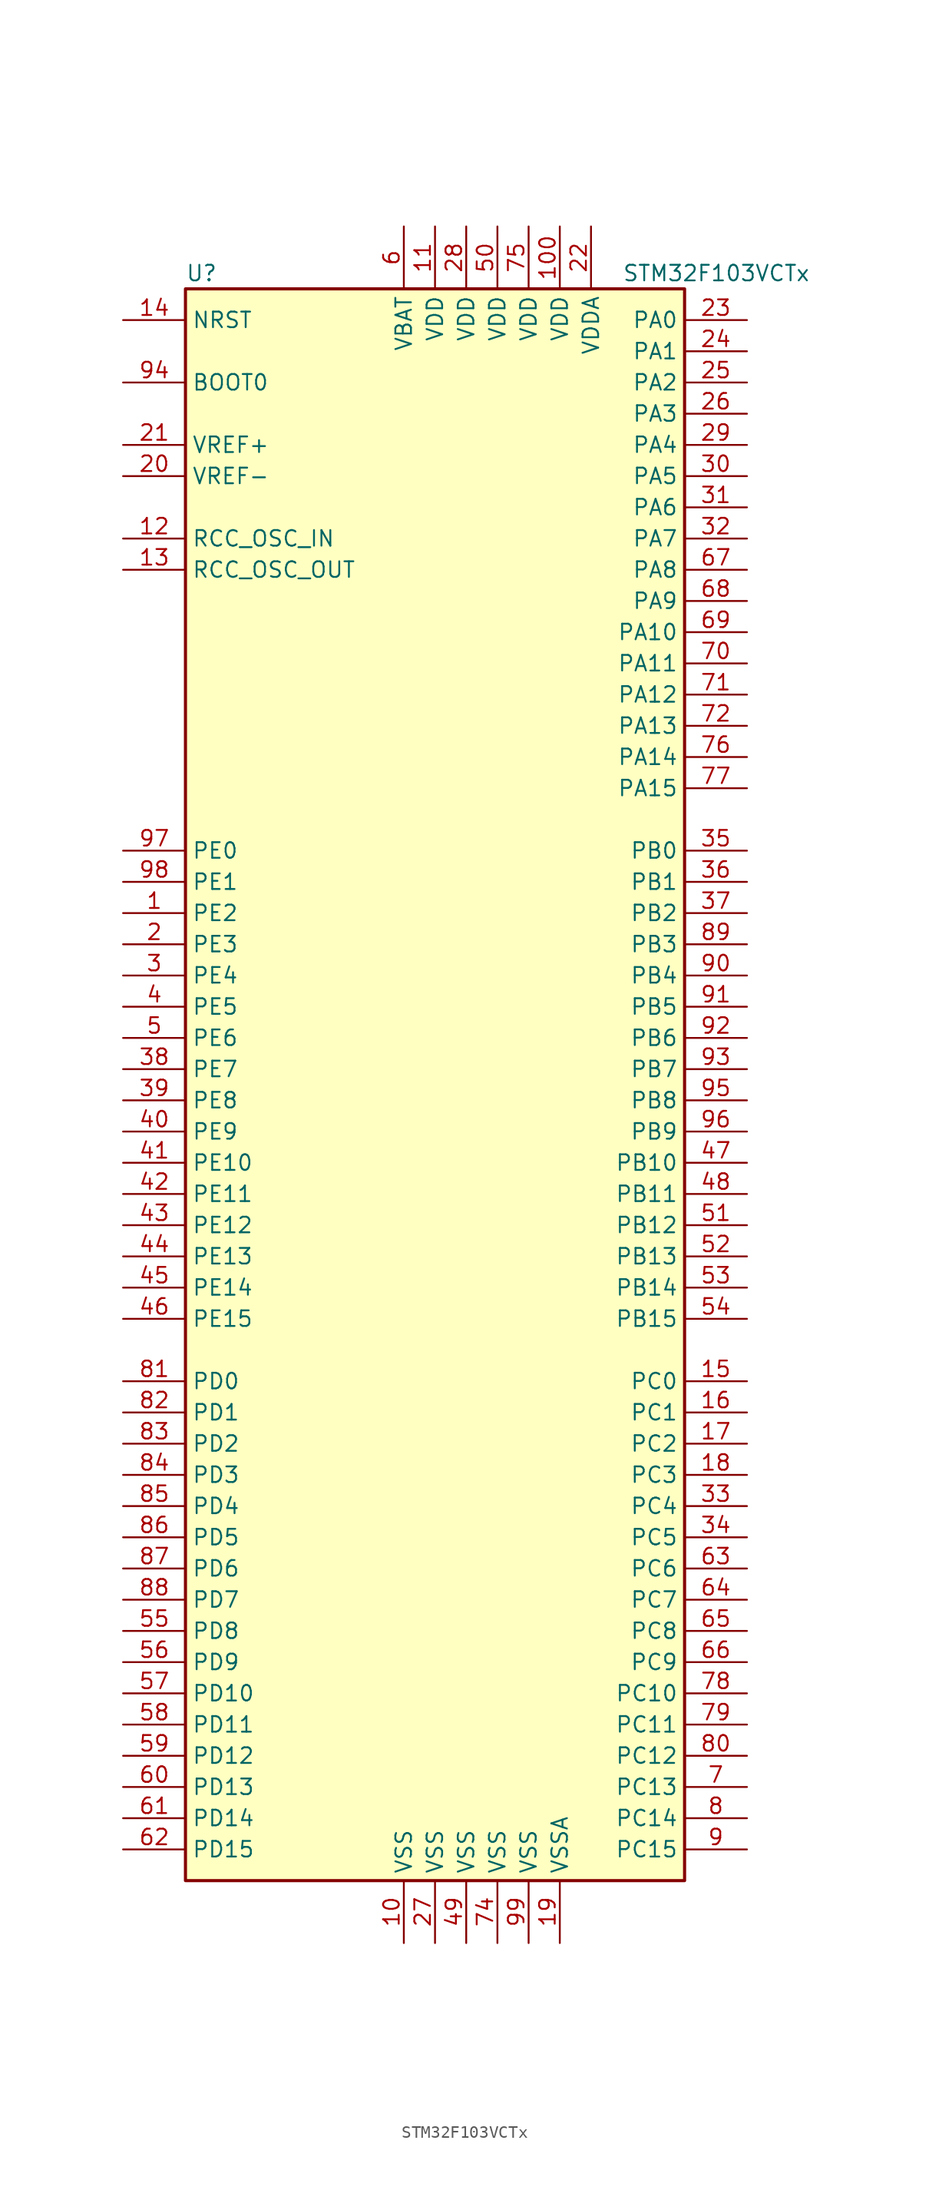
<source format=kicad_sym>
(kicad_symbol_lib
  (version 20201005)
  (generator kicad_symbol_editor)
  (symbol "STM32F103VCTx"
    (property "Reference" "U"
      (at -20.32 64.77 0)
      (effects (font (size 1.27 1.27)) (justify left)))
    (property "Value" "STM32F103VCTx"
      (at 15.24 64.77 0)
      (effects (font (size 1.27 1.27)) (justify left)))
    (symbol "STM32F103VCTx_0_1"
      (rectangle (start -20.32 -66.04) (end 20.32 63.5) (stroke (width 0.254)) (fill (type background))))
    (symbol "STM32F103VCTx_1_1"
      (pin bidirectional line (at -25.4 12.7 0) (length 5.08) (name "PE2" (effects (font (size 1.27 1.27)))) (number "1" (effects (font (size 1.27 1.27)))))
      (pin power_in line (at -2.54 -71.12 90) (length 5.08) (name "VSS" (effects (font (size 1.27 1.27)))) (number "10" (effects (font (size 1.27 1.27)))))
      (pin power_in line (at 10.16 68.58 270) (length 5.08) (name "VDD" (effects (font (size 1.27 1.27)))) (number "100" (effects (font (size 1.27 1.27)))))
      (pin power_in line (at 0 68.58 270) (length 5.08) (name "VDD" (effects (font (size 1.27 1.27)))) (number "11" (effects (font (size 1.27 1.27)))))
      (pin input line (at -25.4 43.18 0) (length 5.08) (name "RCC_OSC_IN" (effects (font (size 1.27 1.27)))) (number "12" (effects (font (size 1.27 1.27)))))
      (pin input line (at -25.4 40.64 0) (length 5.08) (name "RCC_OSC_OUT" (effects (font (size 1.27 1.27)))) (number "13" (effects (font (size 1.27 1.27)))))
      (pin input line (at -25.4 60.96 0) (length 5.08) (name "NRST" (effects (font (size 1.27 1.27)))) (number "14" (effects (font (size 1.27 1.27)))))
      (pin bidirectional line (at 25.4 -25.4 180) (length 5.08) (name "PC0" (effects (font (size 1.27 1.27)))) (number "15" (effects (font (size 1.27 1.27)))))
      (pin bidirectional line (at 25.4 -27.94 180) (length 5.08) (name "PC1" (effects (font (size 1.27 1.27)))) (number "16" (effects (font (size 1.27 1.27)))))
      (pin bidirectional line (at 25.4 -30.48 180) (length 5.08) (name "PC2" (effects (font (size 1.27 1.27)))) (number "17" (effects (font (size 1.27 1.27)))))
      (pin bidirectional line (at 25.4 -33.02 180) (length 5.08) (name "PC3" (effects (font (size 1.27 1.27)))) (number "18" (effects (font (size 1.27 1.27)))))
      (pin power_in line (at 10.16 -71.12 90) (length 5.08) (name "VSSA" (effects (font (size 1.27 1.27)))) (number "19" (effects (font (size 1.27 1.27)))))
      (pin bidirectional line (at -25.4 10.16 0) (length 5.08) (name "PE3" (effects (font (size 1.27 1.27)))) (number "2" (effects (font (size 1.27 1.27)))))
      (pin power_in line (at -25.4 48.26 0) (length 5.08) (name "VREF-" (effects (font (size 1.27 1.27)))) (number "20" (effects (font (size 1.27 1.27)))))
      (pin power_in line (at -25.4 50.8 0) (length 5.08) (name "VREF+" (effects (font (size 1.27 1.27)))) (number "21" (effects (font (size 1.27 1.27)))))
      (pin power_in line (at 12.7 68.58 270) (length 5.08) (name "VDDA" (effects (font (size 1.27 1.27)))) (number "22" (effects (font (size 1.27 1.27)))))
      (pin bidirectional line (at 25.4 60.96 180) (length 5.08) (name "PA0" (effects (font (size 1.27 1.27)))) (number "23" (effects (font (size 1.27 1.27)))))
      (pin bidirectional line (at 25.4 58.42 180) (length 5.08) (name "PA1" (effects (font (size 1.27 1.27)))) (number "24" (effects (font (size 1.27 1.27)))))
      (pin bidirectional line (at 25.4 55.88 180) (length 5.08) (name "PA2" (effects (font (size 1.27 1.27)))) (number "25" (effects (font (size 1.27 1.27)))))
      (pin bidirectional line (at 25.4 53.34 180) (length 5.08) (name "PA3" (effects (font (size 1.27 1.27)))) (number "26" (effects (font (size 1.27 1.27)))))
      (pin power_in line (at 0 -71.12 90) (length 5.08) (name "VSS" (effects (font (size 1.27 1.27)))) (number "27" (effects (font (size 1.27 1.27)))))
      (pin power_in line (at 2.54 68.58 270) (length 5.08) (name "VDD" (effects (font (size 1.27 1.27)))) (number "28" (effects (font (size 1.27 1.27)))))
      (pin bidirectional line (at 25.4 50.8 180) (length 5.08) (name "PA4" (effects (font (size 1.27 1.27)))) (number "29" (effects (font (size 1.27 1.27)))))
      (pin bidirectional line (at -25.4 7.62 0) (length 5.08) (name "PE4" (effects (font (size 1.27 1.27)))) (number "3" (effects (font (size 1.27 1.27)))))
      (pin bidirectional line (at 25.4 48.26 180) (length 5.08) (name "PA5" (effects (font (size 1.27 1.27)))) (number "30" (effects (font (size 1.27 1.27)))))
      (pin bidirectional line (at 25.4 45.72 180) (length 5.08) (name "PA6" (effects (font (size 1.27 1.27)))) (number "31" (effects (font (size 1.27 1.27)))))
      (pin bidirectional line (at 25.4 43.18 180) (length 5.08) (name "PA7" (effects (font (size 1.27 1.27)))) (number "32" (effects (font (size 1.27 1.27)))))
      (pin bidirectional line (at 25.4 -35.56 180) (length 5.08) (name "PC4" (effects (font (size 1.27 1.27)))) (number "33" (effects (font (size 1.27 1.27)))))
      (pin bidirectional line (at 25.4 -38.1 180) (length 5.08) (name "PC5" (effects (font (size 1.27 1.27)))) (number "34" (effects (font (size 1.27 1.27)))))
      (pin bidirectional line (at 25.4 17.78 180) (length 5.08) (name "PB0" (effects (font (size 1.27 1.27)))) (number "35" (effects (font (size 1.27 1.27)))))
      (pin bidirectional line (at 25.4 15.24 180) (length 5.08) (name "PB1" (effects (font (size 1.27 1.27)))) (number "36" (effects (font (size 1.27 1.27)))))
      (pin bidirectional line (at 25.4 12.7 180) (length 5.08) (name "PB2" (effects (font (size 1.27 1.27)))) (number "37" (effects (font (size 1.27 1.27)))))
      (pin bidirectional line (at -25.4 0 0) (length 5.08) (name "PE7" (effects (font (size 1.27 1.27)))) (number "38" (effects (font (size 1.27 1.27)))))
      (pin bidirectional line (at -25.4 -2.54 0) (length 5.08) (name "PE8" (effects (font (size 1.27 1.27)))) (number "39" (effects (font (size 1.27 1.27)))))
      (pin bidirectional line (at -25.4 5.08 0) (length 5.08) (name "PE5" (effects (font (size 1.27 1.27)))) (number "4" (effects (font (size 1.27 1.27)))))
      (pin bidirectional line (at -25.4 -5.08 0) (length 5.08) (name "PE9" (effects (font (size 1.27 1.27)))) (number "40" (effects (font (size 1.27 1.27)))))
      (pin bidirectional line (at -25.4 -7.62 0) (length 5.08) (name "PE10" (effects (font (size 1.27 1.27)))) (number "41" (effects (font (size 1.27 1.27)))))
      (pin bidirectional line (at -25.4 -10.16 0) (length 5.08) (name "PE11" (effects (font (size 1.27 1.27)))) (number "42" (effects (font (size 1.27 1.27)))))
      (pin bidirectional line (at -25.4 -12.7 0) (length 5.08) (name "PE12" (effects (font (size 1.27 1.27)))) (number "43" (effects (font (size 1.27 1.27)))))
      (pin bidirectional line (at -25.4 -15.24 0) (length 5.08) (name "PE13" (effects (font (size 1.27 1.27)))) (number "44" (effects (font (size 1.27 1.27)))))
      (pin bidirectional line (at -25.4 -17.78 0) (length 5.08) (name "PE14" (effects (font (size 1.27 1.27)))) (number "45" (effects (font (size 1.27 1.27)))))
      (pin bidirectional line (at -25.4 -20.32 0) (length 5.08) (name "PE15" (effects (font (size 1.27 1.27)))) (number "46" (effects (font (size 1.27 1.27)))))
      (pin bidirectional line (at 25.4 -7.62 180) (length 5.08) (name "PB10" (effects (font (size 1.27 1.27)))) (number "47" (effects (font (size 1.27 1.27)))))
      (pin bidirectional line (at 25.4 -10.16 180) (length 5.08) (name "PB11" (effects (font (size 1.27 1.27)))) (number "48" (effects (font (size 1.27 1.27)))))
      (pin power_in line (at 2.54 -71.12 90) (length 5.08) (name "VSS" (effects (font (size 1.27 1.27)))) (number "49" (effects (font (size 1.27 1.27)))))
      (pin bidirectional line (at -25.4 2.54 0) (length 5.08) (name "PE6" (effects (font (size 1.27 1.27)))) (number "5" (effects (font (size 1.27 1.27)))))
      (pin power_in line (at 5.08 68.58 270) (length 5.08) (name "VDD" (effects (font (size 1.27 1.27)))) (number "50" (effects (font (size 1.27 1.27)))))
      (pin bidirectional line (at 25.4 -12.7 180) (length 5.08) (name "PB12" (effects (font (size 1.27 1.27)))) (number "51" (effects (font (size 1.27 1.27)))))
      (pin bidirectional line (at 25.4 -15.24 180) (length 5.08) (name "PB13" (effects (font (size 1.27 1.27)))) (number "52" (effects (font (size 1.27 1.27)))))
      (pin bidirectional line (at 25.4 -17.78 180) (length 5.08) (name "PB14" (effects (font (size 1.27 1.27)))) (number "53" (effects (font (size 1.27 1.27)))))
      (pin bidirectional line (at 25.4 -20.32 180) (length 5.08) (name "PB15" (effects (font (size 1.27 1.27)))) (number "54" (effects (font (size 1.27 1.27)))))
      (pin bidirectional line (at -25.4 -45.72 0) (length 5.08) (name "PD8" (effects (font (size 1.27 1.27)))) (number "55" (effects (font (size 1.27 1.27)))))
      (pin bidirectional line (at -25.4 -48.26 0) (length 5.08) (name "PD9" (effects (font (size 1.27 1.27)))) (number "56" (effects (font (size 1.27 1.27)))))
      (pin bidirectional line (at -25.4 -50.8 0) (length 5.08) (name "PD10" (effects (font (size 1.27 1.27)))) (number "57" (effects (font (size 1.27 1.27)))))
      (pin bidirectional line (at -25.4 -53.34 0) (length 5.08) (name "PD11" (effects (font (size 1.27 1.27)))) (number "58" (effects (font (size 1.27 1.27)))))
      (pin bidirectional line (at -25.4 -55.88 0) (length 5.08) (name "PD12" (effects (font (size 1.27 1.27)))) (number "59" (effects (font (size 1.27 1.27)))))
      (pin power_in line (at -2.54 68.58 270) (length 5.08) (name "VBAT" (effects (font (size 1.27 1.27)))) (number "6" (effects (font (size 1.27 1.27)))))
      (pin bidirectional line (at -25.4 -58.42 0) (length 5.08) (name "PD13" (effects (font (size 1.27 1.27)))) (number "60" (effects (font (size 1.27 1.27)))))
      (pin bidirectional line (at -25.4 -60.96 0) (length 5.08) (name "PD14" (effects (font (size 1.27 1.27)))) (number "61" (effects (font (size 1.27 1.27)))))
      (pin bidirectional line (at -25.4 -63.5 0) (length 5.08) (name "PD15" (effects (font (size 1.27 1.27)))) (number "62" (effects (font (size 1.27 1.27)))))
      (pin bidirectional line (at 25.4 -40.64 180) (length 5.08) (name "PC6" (effects (font (size 1.27 1.27)))) (number "63" (effects (font (size 1.27 1.27)))))
      (pin bidirectional line (at 25.4 -43.18 180) (length 5.08) (name "PC7" (effects (font (size 1.27 1.27)))) (number "64" (effects (font (size 1.27 1.27)))))
      (pin bidirectional line (at 25.4 -45.72 180) (length 5.08) (name "PC8" (effects (font (size 1.27 1.27)))) (number "65" (effects (font (size 1.27 1.27)))))
      (pin bidirectional line (at 25.4 -48.26 180) (length 5.08) (name "PC9" (effects (font (size 1.27 1.27)))) (number "66" (effects (font (size 1.27 1.27)))))
      (pin bidirectional line (at 25.4 40.64 180) (length 5.08) (name "PA8" (effects (font (size 1.27 1.27)))) (number "67" (effects (font (size 1.27 1.27)))))
      (pin bidirectional line (at 25.4 38.1 180) (length 5.08) (name "PA9" (effects (font (size 1.27 1.27)))) (number "68" (effects (font (size 1.27 1.27)))))
      (pin bidirectional line (at 25.4 35.56 180) (length 5.08) (name "PA10" (effects (font (size 1.27 1.27)))) (number "69" (effects (font (size 1.27 1.27)))))
      (pin bidirectional line (at 25.4 -58.42 180) (length 5.08) (name "PC13" (effects (font (size 1.27 1.27)))) (number "7" (effects (font (size 1.27 1.27)))))
      (pin bidirectional line (at 25.4 33.02 180) (length 5.08) (name "PA11" (effects (font (size 1.27 1.27)))) (number "70" (effects (font (size 1.27 1.27)))))
      (pin bidirectional line (at 25.4 30.48 180) (length 5.08) (name "PA12" (effects (font (size 1.27 1.27)))) (number "71" (effects (font (size 1.27 1.27)))))
      (pin bidirectional line (at 25.4 27.94 180) (length 5.08) (name "PA13" (effects (font (size 1.27 1.27)))) (number "72" (effects (font (size 1.27 1.27)))))
      (pin no_connect line (at -20.32 -63.5 0) (length 5.08) hide (name "NC" (effects (font (size 1.27 1.27)))) (number "73" (effects (font (size 1.27 1.27)))))
      (pin power_in line (at 5.08 -71.12 90) (length 5.08) (name "VSS" (effects (font (size 1.27 1.27)))) (number "74" (effects (font (size 1.27 1.27)))))
      (pin power_in line (at 7.62 68.58 270) (length 5.08) (name "VDD" (effects (font (size 1.27 1.27)))) (number "75" (effects (font (size 1.27 1.27)))))
      (pin bidirectional line (at 25.4 25.4 180) (length 5.08) (name "PA14" (effects (font (size 1.27 1.27)))) (number "76" (effects (font (size 1.27 1.27)))))
      (pin bidirectional line (at 25.4 22.86 180) (length 5.08) (name "PA15" (effects (font (size 1.27 1.27)))) (number "77" (effects (font (size 1.27 1.27)))))
      (pin bidirectional line (at 25.4 -50.8 180) (length 5.08) (name "PC10" (effects (font (size 1.27 1.27)))) (number "78" (effects (font (size 1.27 1.27)))))
      (pin bidirectional line (at 25.4 -53.34 180) (length 5.08) (name "PC11" (effects (font (size 1.27 1.27)))) (number "79" (effects (font (size 1.27 1.27)))))
      (pin bidirectional line (at 25.4 -60.96 180) (length 5.08) (name "PC14" (effects (font (size 1.27 1.27)))) (number "8" (effects (font (size 1.27 1.27)))))
      (pin bidirectional line (at 25.4 -55.88 180) (length 5.08) (name "PC12" (effects (font (size 1.27 1.27)))) (number "80" (effects (font (size 1.27 1.27)))))
      (pin bidirectional line (at -25.4 -25.4 0) (length 5.08) (name "PD0" (effects (font (size 1.27 1.27)))) (number "81" (effects (font (size 1.27 1.27)))))
      (pin bidirectional line (at -25.4 -27.94 0) (length 5.08) (name "PD1" (effects (font (size 1.27 1.27)))) (number "82" (effects (font (size 1.27 1.27)))))
      (pin bidirectional line (at -25.4 -30.48 0) (length 5.08) (name "PD2" (effects (font (size 1.27 1.27)))) (number "83" (effects (font (size 1.27 1.27)))))
      (pin bidirectional line (at -25.4 -33.02 0) (length 5.08) (name "PD3" (effects (font (size 1.27 1.27)))) (number "84" (effects (font (size 1.27 1.27)))))
      (pin bidirectional line (at -25.4 -35.56 0) (length 5.08) (name "PD4" (effects (font (size 1.27 1.27)))) (number "85" (effects (font (size 1.27 1.27)))))
      (pin bidirectional line (at -25.4 -38.1 0) (length 5.08) (name "PD5" (effects (font (size 1.27 1.27)))) (number "86" (effects (font (size 1.27 1.27)))))
      (pin bidirectional line (at -25.4 -40.64 0) (length 5.08) (name "PD6" (effects (font (size 1.27 1.27)))) (number "87" (effects (font (size 1.27 1.27)))))
      (pin bidirectional line (at -25.4 -43.18 0) (length 5.08) (name "PD7" (effects (font (size 1.27 1.27)))) (number "88" (effects (font (size 1.27 1.27)))))
      (pin bidirectional line (at 25.4 10.16 180) (length 5.08) (name "PB3" (effects (font (size 1.27 1.27)))) (number "89" (effects (font (size 1.27 1.27)))))
      (pin bidirectional line (at 25.4 -63.5 180) (length 5.08) (name "PC15" (effects (font (size 1.27 1.27)))) (number "9" (effects (font (size 1.27 1.27)))))
      (pin bidirectional line (at 25.4 7.62 180) (length 5.08) (name "PB4" (effects (font (size 1.27 1.27)))) (number "90" (effects (font (size 1.27 1.27)))))
      (pin bidirectional line (at 25.4 5.08 180) (length 5.08) (name "PB5" (effects (font (size 1.27 1.27)))) (number "91" (effects (font (size 1.27 1.27)))))
      (pin bidirectional line (at 25.4 2.54 180) (length 5.08) (name "PB6" (effects (font (size 1.27 1.27)))) (number "92" (effects (font (size 1.27 1.27)))))
      (pin bidirectional line (at 25.4 0 180) (length 5.08) (name "PB7" (effects (font (size 1.27 1.27)))) (number "93" (effects (font (size 1.27 1.27)))))
      (pin input line (at -25.4 55.88 0) (length 5.08) (name "BOOT0" (effects (font (size 1.27 1.27)))) (number "94" (effects (font (size 1.27 1.27)))))
      (pin bidirectional line (at 25.4 -2.54 180) (length 5.08) (name "PB8" (effects (font (size 1.27 1.27)))) (number "95" (effects (font (size 1.27 1.27)))))
      (pin bidirectional line (at 25.4 -5.08 180) (length 5.08) (name "PB9" (effects (font (size 1.27 1.27)))) (number "96" (effects (font (size 1.27 1.27)))))
      (pin bidirectional line (at -25.4 17.78 0) (length 5.08) (name "PE0" (effects (font (size 1.27 1.27)))) (number "97" (effects (font (size 1.27 1.27)))))
      (pin bidirectional line (at -25.4 15.24 0) (length 5.08) (name "PE1" (effects (font (size 1.27 1.27)))) (number "98" (effects (font (size 1.27 1.27)))))
      (pin power_in line (at 7.62 -71.12 90) (length 5.08) (name "VSS" (effects (font (size 1.27 1.27)))) (number "99" (effects (font (size 1.27 1.27))))))))
</source>
